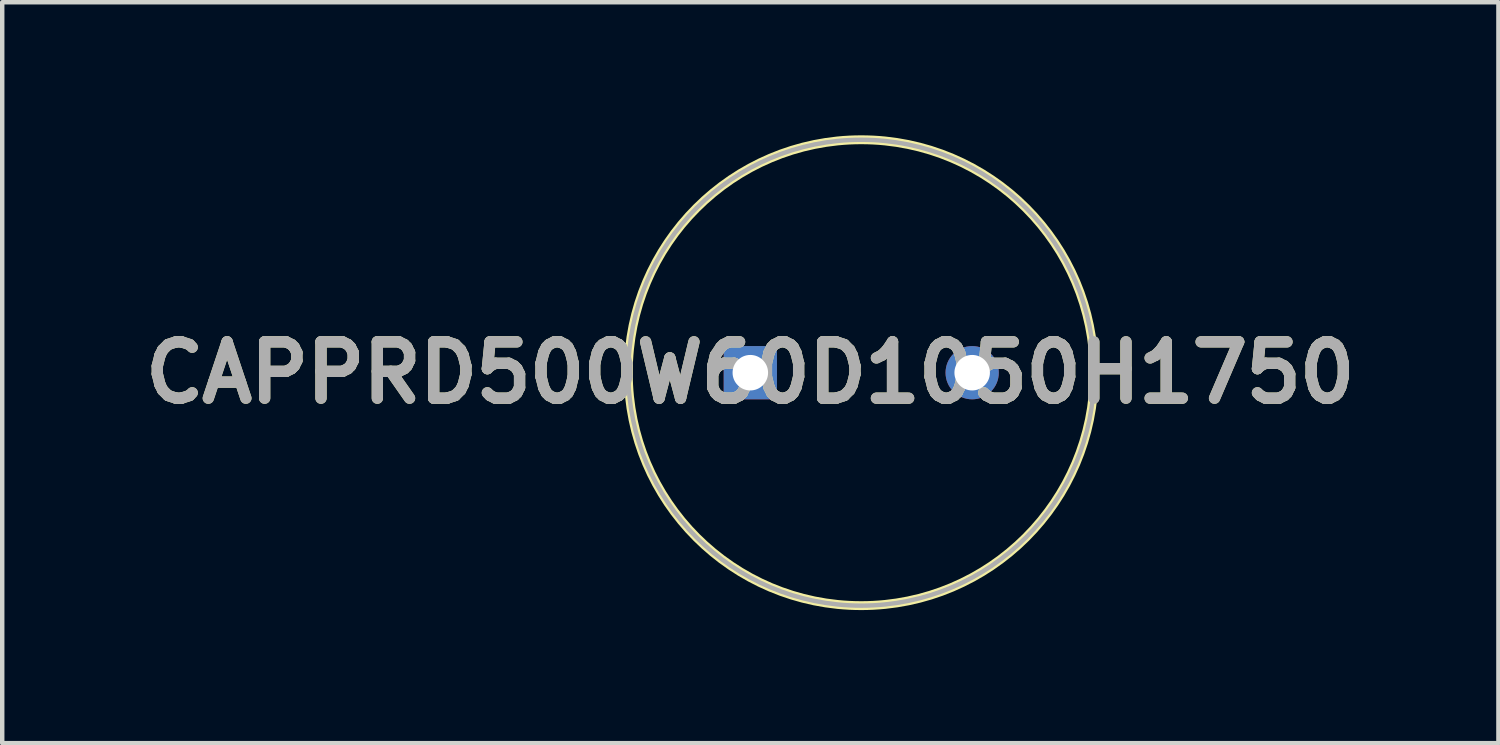
<source format=kicad_pcb>
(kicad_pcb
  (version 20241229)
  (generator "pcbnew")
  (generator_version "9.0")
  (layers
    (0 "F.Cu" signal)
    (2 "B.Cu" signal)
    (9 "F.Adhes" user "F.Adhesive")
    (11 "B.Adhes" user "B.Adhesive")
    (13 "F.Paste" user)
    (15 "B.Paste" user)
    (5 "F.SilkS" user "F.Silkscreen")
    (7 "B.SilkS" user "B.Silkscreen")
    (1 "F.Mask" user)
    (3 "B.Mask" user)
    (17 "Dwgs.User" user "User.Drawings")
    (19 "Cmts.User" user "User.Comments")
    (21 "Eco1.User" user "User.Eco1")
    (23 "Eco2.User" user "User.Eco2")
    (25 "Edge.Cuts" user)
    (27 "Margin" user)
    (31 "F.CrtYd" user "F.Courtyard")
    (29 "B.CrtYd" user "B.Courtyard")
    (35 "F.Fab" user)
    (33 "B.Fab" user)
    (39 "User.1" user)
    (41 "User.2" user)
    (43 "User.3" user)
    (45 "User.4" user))
  (footprint "CAPPRD500W60D1050H1750"
    (layer "F.Cu")
    (at 13.861 5.35)
    (property "Reference" "CAPPRD500W60D1050H1750" (at 0 0 0) (layer "F.SilkS") (effects (font (size 1.27 1.27) (thickness 0.254))))
    (attr through_hole)
    (fp_circle (center 2.5 0) (end 2.5 5.25) (stroke (width 0.2) (type solid)) (fill no) (layer "F.SilkS"))
    (fp_circle (center 2.5 0) (end 2.5 5.25) (stroke (width 0.1) (type solid)) (fill no) (layer "F.Fab"))
    (fp_text user "${REFERENCE}" (at 0 0 0) (layer "F.Fab") (effects (font (size 1.27 1.27) (thickness 0.254))))
    (pad "1" thru_hole rect (at 0 0) (size 1.2 1.2) (drill 0.8) (layers "*.Cu" "*.Mask"))
    (pad "2" thru_hole circle (at 5 0) (size 1.2 1.2) (drill 0.8) (layers "*.Cu" "*.Mask")))
  (gr_rect
    (start -3 -3)
    (end 30.722 13.7)
    (stroke (width 0.1) (type default))
    (fill no)
    (layer "Edge.Cuts")))
</source>
